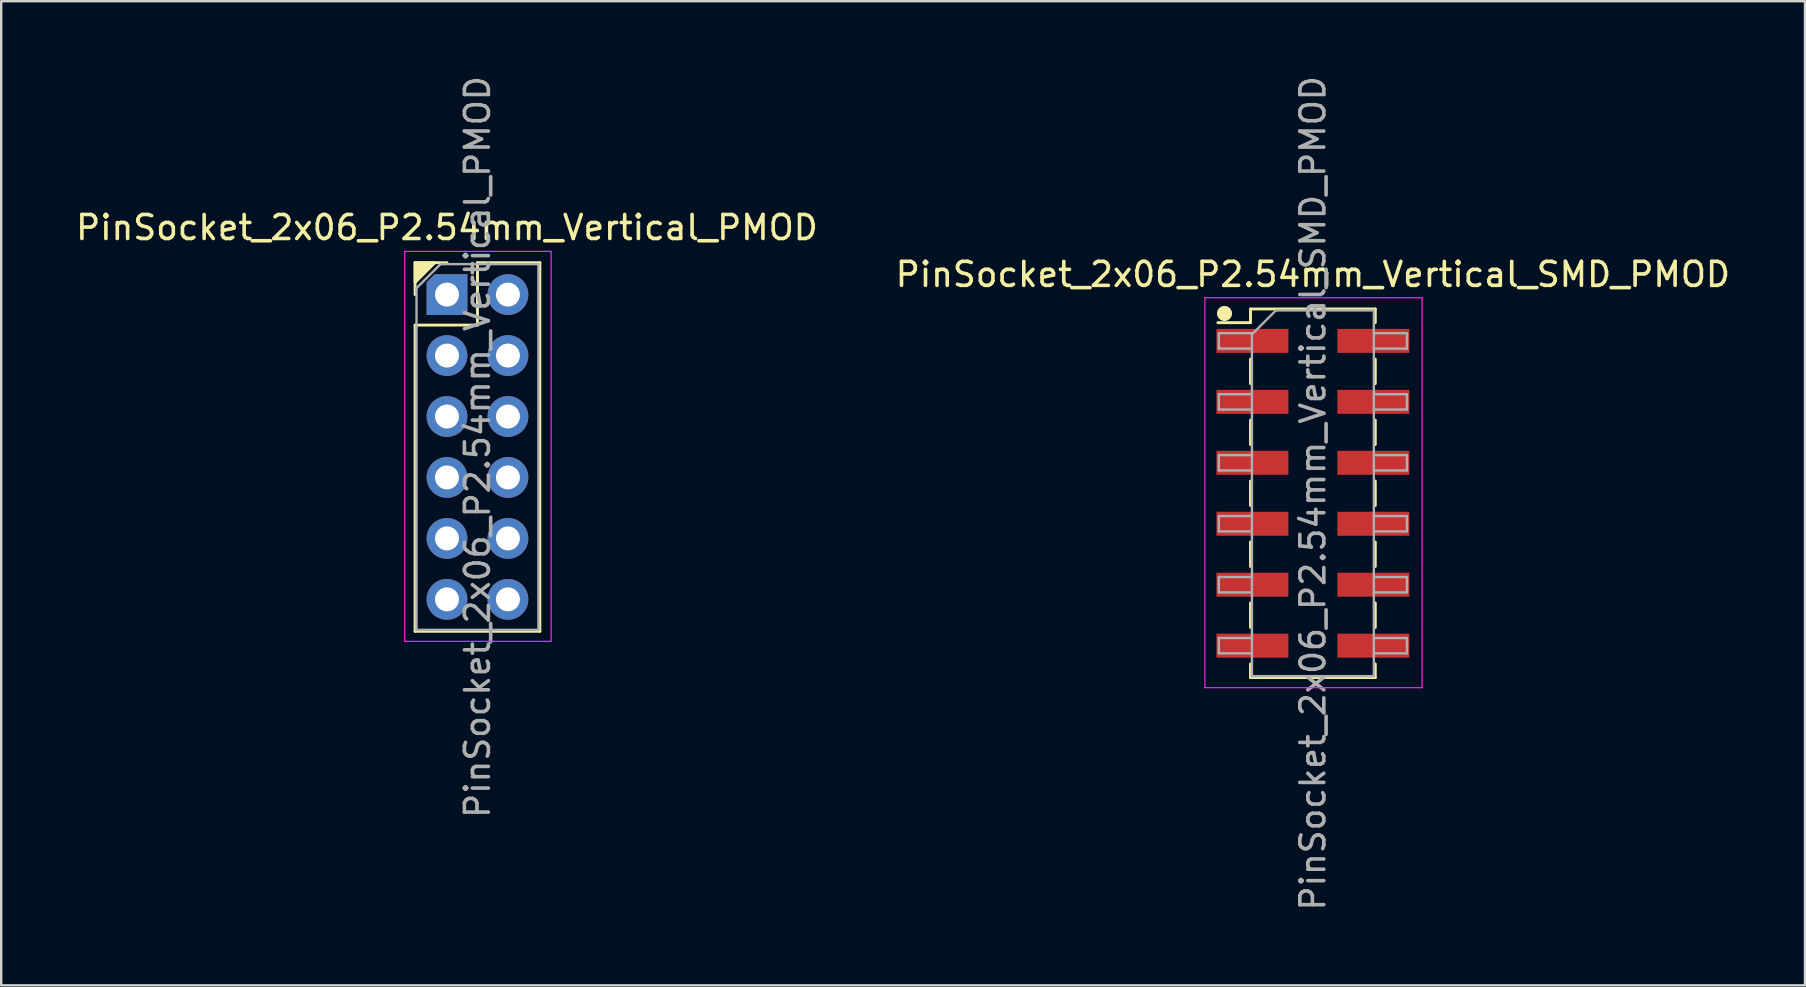
<source format=kicad_pcb>
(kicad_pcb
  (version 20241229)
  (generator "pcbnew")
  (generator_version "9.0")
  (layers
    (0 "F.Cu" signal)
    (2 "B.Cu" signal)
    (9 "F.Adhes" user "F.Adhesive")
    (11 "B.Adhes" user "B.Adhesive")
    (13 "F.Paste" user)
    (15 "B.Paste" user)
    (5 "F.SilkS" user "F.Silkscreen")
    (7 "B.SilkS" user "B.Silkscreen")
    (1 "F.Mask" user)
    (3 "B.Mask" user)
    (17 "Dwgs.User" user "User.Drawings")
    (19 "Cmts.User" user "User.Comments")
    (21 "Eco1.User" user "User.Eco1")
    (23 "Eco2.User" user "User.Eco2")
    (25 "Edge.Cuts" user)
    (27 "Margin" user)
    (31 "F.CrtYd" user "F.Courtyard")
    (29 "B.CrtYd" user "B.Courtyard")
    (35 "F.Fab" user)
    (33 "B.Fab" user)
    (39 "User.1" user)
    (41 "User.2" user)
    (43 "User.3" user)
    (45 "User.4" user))
  (footprint "PinSocket_2x06_P2.54mm_Vertical_SMD_PMOD"
    (layer "F.Cu")
    (at 51.661 17.506)
    (property "Reference" "PinSocket_2x06_P2.54mm_Vertical_SMD_PMOD" (at 0 -9.12 0) (layer "F.SilkS") (effects (font (size 1 1) (thickness 0.15))))
    (attr smd)
    (fp_line (start -2.6 -7.68) (end -2.6 -7.11) (stroke (width 0.12) (type solid)) (layer "F.SilkS"))
    (fp_line (start -2.6 -7.11) (end -3.96 -7.11) (stroke (width 0.12) (type solid)) (layer "F.SilkS"))
    (fp_line (start -2.6 -5.59) (end -2.6 -4.57) (stroke (width 0.12) (type solid)) (layer "F.SilkS"))
    (fp_line (start -2.6 -3.05) (end -2.6 -2.03) (stroke (width 0.12) (type solid)) (layer "F.SilkS"))
    (fp_line (start -2.6 -0.51) (end -2.6 0.51) (stroke (width 0.12) (type solid)) (layer "F.SilkS"))
    (fp_line (start -2.6 2.03) (end -2.6 3.05) (stroke (width 0.12) (type solid)) (layer "F.SilkS"))
    (fp_line (start -2.6 4.57) (end -2.6 5.59) (stroke (width 0.12) (type solid)) (layer "F.SilkS"))
    (fp_line (start -2.6 7.11) (end -2.6 7.68) (stroke (width 0.12) (type solid)) (layer "F.SilkS"))
    (fp_line (start 2.6 -7.68) (end -2.6 -7.68) (stroke (width 0.12) (type solid)) (layer "F.SilkS"))
    (fp_line (start 2.6 -7.68) (end 2.6 -7.11) (stroke (width 0.12) (type solid)) (layer "F.SilkS"))
    (fp_line (start 2.6 -5.59) (end 2.6 -4.57) (stroke (width 0.12) (type solid)) (layer "F.SilkS"))
    (fp_line (start 2.6 -3.05) (end 2.6 -2.03) (stroke (width 0.12) (type solid)) (layer "F.SilkS"))
    (fp_line (start 2.6 -0.51) (end 2.6 0.51) (stroke (width 0.12) (type solid)) (layer "F.SilkS"))
    (fp_line (start 2.6 2.03) (end 2.6 3.05) (stroke (width 0.12) (type solid)) (layer "F.SilkS"))
    (fp_line (start 2.6 4.57) (end 2.6 5.59) (stroke (width 0.12) (type solid)) (layer "F.SilkS"))
    (fp_line (start 2.6 7.11) (end 2.6 7.68) (stroke (width 0.12) (type solid)) (layer "F.SilkS"))
    (fp_line (start 2.6 7.68) (end -2.6 7.68) (stroke (width 0.12) (type solid)) (layer "F.SilkS"))
    (fp_circle (center -3.683 -7.493) (end -3.429 -7.493) (stroke (width 0.12) (type solid)) (fill yes) (layer "F.SilkS"))
    (fp_line (start -4.5 -8.15) (end -4.5 8.1) (stroke (width 0.05) (type solid)) (layer "F.CrtYd"))
    (fp_line (start -4.5 8.1) (end 4.55 8.1) (stroke (width 0.05) (type solid)) (layer "F.CrtYd"))
    (fp_line (start 4.55 -8.15) (end -4.5 -8.15) (stroke (width 0.05) (type solid)) (layer "F.CrtYd"))
    (fp_line (start 4.55 8.1) (end 4.55 -8.15) (stroke (width 0.05) (type solid)) (layer "F.CrtYd"))
    (fp_line (start -3.92 -6.67) (end -3.92 -6.03) (stroke (width 0.1) (type solid)) (layer "F.Fab"))
    (fp_line (start -3.92 -6.03) (end -2.54 -6.03) (stroke (width 0.1) (type solid)) (layer "F.Fab"))
    (fp_line (start -3.92 -4.13) (end -3.92 -3.49) (stroke (width 0.1) (type solid)) (layer "F.Fab"))
    (fp_line (start -3.92 -3.49) (end -2.54 -3.49) (stroke (width 0.1) (type solid)) (layer "F.Fab"))
    (fp_line (start -3.92 -1.59) (end -3.92 -0.95) (stroke (width 0.1) (type solid)) (layer "F.Fab"))
    (fp_line (start -3.92 -0.95) (end -2.54 -0.95) (stroke (width 0.1) (type solid)) (layer "F.Fab"))
    (fp_line (start -3.92 0.95) (end -3.92 1.59) (stroke (width 0.1) (type solid)) (layer "F.Fab"))
    (fp_line (start -3.92 1.59) (end -2.54 1.59) (stroke (width 0.1) (type solid)) (layer "F.Fab"))
    (fp_line (start -3.92 3.49) (end -3.92 4.13) (stroke (width 0.1) (type solid)) (layer "F.Fab"))
    (fp_line (start -3.92 4.13) (end -2.54 4.13) (stroke (width 0.1) (type solid)) (layer "F.Fab"))
    (fp_line (start -3.92 6.03) (end -3.92 6.67) (stroke (width 0.1) (type solid)) (layer "F.Fab"))
    (fp_line (start -3.92 6.67) (end -2.54 6.67) (stroke (width 0.1) (type solid)) (layer "F.Fab"))
    (fp_line (start -2.54 -6.67) (end -3.92 -6.67) (stroke (width 0.1) (type solid)) (layer "F.Fab"))
    (fp_line (start -2.54 -6.62) (end -2.54 7.62) (stroke (width 0.1) (type solid)) (layer "F.Fab"))
    (fp_line (start -2.54 -4.13) (end -3.92 -4.13) (stroke (width 0.1) (type solid)) (layer "F.Fab"))
    (fp_line (start -2.54 -1.59) (end -3.92 -1.59) (stroke (width 0.1) (type solid)) (layer "F.Fab"))
    (fp_line (start -2.54 0.95) (end -3.92 0.95) (stroke (width 0.1) (type solid)) (layer "F.Fab"))
    (fp_line (start -2.54 3.49) (end -3.92 3.49) (stroke (width 0.1) (type solid)) (layer "F.Fab"))
    (fp_line (start -2.54 6.03) (end -3.92 6.03) (stroke (width 0.1) (type solid)) (layer "F.Fab"))
    (fp_line (start -2.54 7.62) (end 2.54 7.62) (stroke (width 0.1) (type solid)) (layer "F.Fab"))
    (fp_line (start -1.54 -7.62) (end -2.54 -6.62) (stroke (width 0.1) (type solid)) (layer "F.Fab"))
    (fp_line (start 2.54 -7.62) (end -1.54 -7.62) (stroke (width 0.1) (type solid)) (layer "F.Fab"))
    (fp_line (start 2.54 -6.03) (end 3.92 -6.03) (stroke (width 0.1) (type solid)) (layer "F.Fab"))
    (fp_line (start 2.54 -3.49) (end 3.92 -3.49) (stroke (width 0.1) (type solid)) (layer "F.Fab"))
    (fp_line (start 2.54 -0.95) (end 3.92 -0.95) (stroke (width 0.1) (type solid)) (layer "F.Fab"))
    (fp_line (start 2.54 1.59) (end 3.92 1.59) (stroke (width 0.1) (type solid)) (layer "F.Fab"))
    (fp_line (start 2.54 4.13) (end 3.92 4.13) (stroke (width 0.1) (type solid)) (layer "F.Fab"))
    (fp_line (start 2.54 6.67) (end 3.92 6.67) (stroke (width 0.1) (type solid)) (layer "F.Fab"))
    (fp_line (start 2.54 7.62) (end 2.54 -7.62) (stroke (width 0.1) (type solid)) (layer "F.Fab"))
    (fp_line (start 3.92 -6.67) (end 2.54 -6.67) (stroke (width 0.1) (type solid)) (layer "F.Fab"))
    (fp_line (start 3.92 -6.03) (end 3.92 -6.67) (stroke (width 0.1) (type solid)) (layer "F.Fab"))
    (fp_line (start 3.92 -4.13) (end 2.54 -4.13) (stroke (width 0.1) (type solid)) (layer "F.Fab"))
    (fp_line (start 3.92 -3.49) (end 3.92 -4.13) (stroke (width 0.1) (type solid)) (layer "F.Fab"))
    (fp_line (start 3.92 -1.59) (end 2.54 -1.59) (stroke (width 0.1) (type solid)) (layer "F.Fab"))
    (fp_line (start 3.92 -0.95) (end 3.92 -1.59) (stroke (width 0.1) (type solid)) (layer "F.Fab"))
    (fp_line (start 3.92 0.95) (end 2.54 0.95) (stroke (width 0.1) (type solid)) (layer "F.Fab"))
    (fp_line (start 3.92 1.59) (end 3.92 0.95) (stroke (width 0.1) (type solid)) (layer "F.Fab"))
    (fp_line (start 3.92 3.49) (end 2.54 3.49) (stroke (width 0.1) (type solid)) (layer "F.Fab"))
    (fp_line (start 3.92 4.13) (end 3.92 3.49) (stroke (width 0.1) (type solid)) (layer "F.Fab"))
    (fp_line (start 3.92 6.03) (end 2.54 6.03) (stroke (width 0.1) (type solid)) (layer "F.Fab"))
    (fp_line (start 3.92 6.67) (end 3.92 6.03) (stroke (width 0.1) (type solid)) (layer "F.Fab"))
    (fp_text user "${REFERENCE}" (at 0 0 90) (layer "F.Fab") (effects (font (size 1 1) (thickness 0.15))))
    (pad "1" smd rect (at -2.52 -6.35) (size 3 1) (layers "F.Cu" "F.Mask" "F.Paste"))
    (pad "2" smd rect (at -2.52 -3.81) (size 3 1) (layers "F.Cu" "F.Mask" "F.Paste"))
    (pad "3" smd rect (at -2.52 -1.27) (size 3 1) (layers "F.Cu" "F.Mask" "F.Paste"))
    (pad "4" smd rect (at -2.52 1.27) (size 3 1) (layers "F.Cu" "F.Mask" "F.Paste"))
    (pad "5" smd rect (at -2.52 3.81) (size 3 1) (layers "F.Cu" "F.Mask" "F.Paste"))
    (pad "6" smd rect (at -2.52 6.35) (size 3 1) (layers "F.Cu" "F.Mask" "F.Paste"))
    (pad "7" smd rect (at 2.52 -6.35) (size 3 1) (layers "F.Cu" "F.Mask" "F.Paste"))
    (pad "8" smd rect (at 2.52 -3.81) (size 3 1) (layers "F.Cu" "F.Mask" "F.Paste"))
    (pad "9" smd rect (at 2.52 -1.27) (size 3 1) (layers "F.Cu" "F.Mask" "F.Paste"))
    (pad "10" smd rect (at 2.52 1.27) (size 3 1) (layers "F.Cu" "F.Mask" "F.Paste"))
    (pad "11" smd rect (at 2.52 3.81) (size 3 1) (layers "F.Cu" "F.Mask" "F.Paste"))
    (pad "12" smd rect (at 2.52 6.35) (size 3 1) (layers "F.Cu" "F.Mask" "F.Paste")))
  (footprint "PinSocket_2x06_P2.54mm_Vertical_PMOD"
    (layer "F.Cu")
    (at 15.577 9.227)
    (property "Reference" "PinSocket_2x06_P2.54mm_Vertical_PMOD" (at 0 -2.794 0) (layer "F.SilkS") (effects (font (size 1 1) (thickness 0.15))))
    (attr through_hole)
    (fp_line (start -1.33 -1.33) (end -1.33 0) (stroke (width 0.12) (type solid)) (layer "F.SilkS"))
    (fp_line (start -1.33 1.27) (end -1.33 14.03) (stroke (width 0.12) (type solid)) (layer "F.SilkS"))
    (fp_line (start 0 -1.33) (end -1.33 -1.33) (stroke (width 0.12) (type solid)) (layer "F.SilkS"))
    (fp_line (start 1.27 -1.33) (end 1.27 1.27) (stroke (width 0.12) (type solid)) (layer "F.SilkS"))
    (fp_line (start 1.27 1.27) (end -1.33 1.27) (stroke (width 0.12) (type solid)) (layer "F.SilkS"))
    (fp_line (start 3.87 -1.33) (end 1.27 -1.33) (stroke (width 0.12) (type solid)) (layer "F.SilkS"))
    (fp_line (start 3.87 -1.33) (end 3.87 14.03) (stroke (width 0.12) (type solid)) (layer "F.SilkS"))
    (fp_line (start 3.87 14.03) (end -1.33 14.03) (stroke (width 0.12) (type solid)) (layer "F.SilkS"))
    (fp_poly (pts (xy -1.33 -0.508) (xy -1.33 -1.33) (xy -0.508 -1.33)) (stroke (width 0.12) (type solid)) (fill yes) (layer "F.SilkS"))
    (fp_line (start -1.76 -1.8) (end -1.76 14.45) (stroke (width 0.05) (type solid)) (layer "F.CrtYd"))
    (fp_line (start -1.76 14.45) (end 4.34 14.45) (stroke (width 0.05) (type solid)) (layer "F.CrtYd"))
    (fp_line (start 4.34 -1.8) (end -1.76 -1.8) (stroke (width 0.05) (type solid)) (layer "F.CrtYd"))
    (fp_line (start 4.34 14.45) (end 4.34 -1.8) (stroke (width 0.05) (type solid)) (layer "F.CrtYd"))
    (fp_line (start -1.27 -0.27) (end -1.27 13.97) (stroke (width 0.1) (type solid)) (layer "F.Fab"))
    (fp_line (start -1.27 13.97) (end 3.81 13.97) (stroke (width 0.1) (type solid)) (layer "F.Fab"))
    (fp_line (start -0.27 -1.27) (end -1.27 -0.27) (stroke (width 0.1) (type solid)) (layer "F.Fab"))
    (fp_line (start 3.81 -1.27) (end -0.27 -1.27) (stroke (width 0.1) (type solid)) (layer "F.Fab"))
    (fp_line (start 3.81 13.97) (end 3.81 -1.27) (stroke (width 0.1) (type solid)) (layer "F.Fab"))
    (fp_text user "${REFERENCE}" (at 1.27 6.35 90) (layer "F.Fab") (effects (font (size 1 1) (thickness 0.15))))
    (pad "1" thru_hole roundrect (at 0 0) (size 1.7 1.7) (drill 1) (layers "*.Cu" "*.Mask") (roundrect_rratio 0) (chamfer_ratio 0.2) (chamfer top_left))
    (pad "2" thru_hole oval (at 0 2.54) (size 1.7 1.7) (drill 1) (layers "*.Cu" "*.Mask"))
    (pad "3" thru_hole oval (at 0 5.08) (size 1.7 1.7) (drill 1) (layers "*.Cu" "*.Mask"))
    (pad "4" thru_hole oval (at 0 7.62) (size 1.7 1.7) (drill 1) (layers "*.Cu" "*.Mask"))
    (pad "5" thru_hole oval (at 0 10.16) (size 1.7 1.7) (drill 1) (layers "*.Cu" "*.Mask"))
    (pad "6" thru_hole oval (at 0 12.7) (size 1.7 1.7) (drill 1) (layers "*.Cu" "*.Mask"))
    (pad "7" thru_hole oval (at 2.54 0) (size 1.7 1.7) (drill 1) (layers "*.Cu" "*.Mask"))
    (pad "8" thru_hole oval (at 2.54 2.54) (size 1.7 1.7) (drill 1) (layers "*.Cu" "*.Mask"))
    (pad "9" thru_hole oval (at 2.54 5.08) (size 1.7 1.7) (drill 1) (layers "*.Cu" "*.Mask"))
    (pad "10" thru_hole oval (at 2.54 7.62) (size 1.7 1.7) (drill 1) (layers "*.Cu" "*.Mask"))
    (pad "11" thru_hole oval (at 2.54 10.16) (size 1.7 1.7) (drill 1) (layers "*.Cu" "*.Mask"))
    (pad "12" thru_hole oval (at 2.54 12.7) (size 1.7 1.7) (drill 1) (layers "*.Cu" "*.Mask")))
  (gr_rect
    (start -3 -3)
    (end 72.167 38.012)
    (stroke (width 0.1) (type default))
    (fill no)
    (layer "Edge.Cuts")))
</source>
